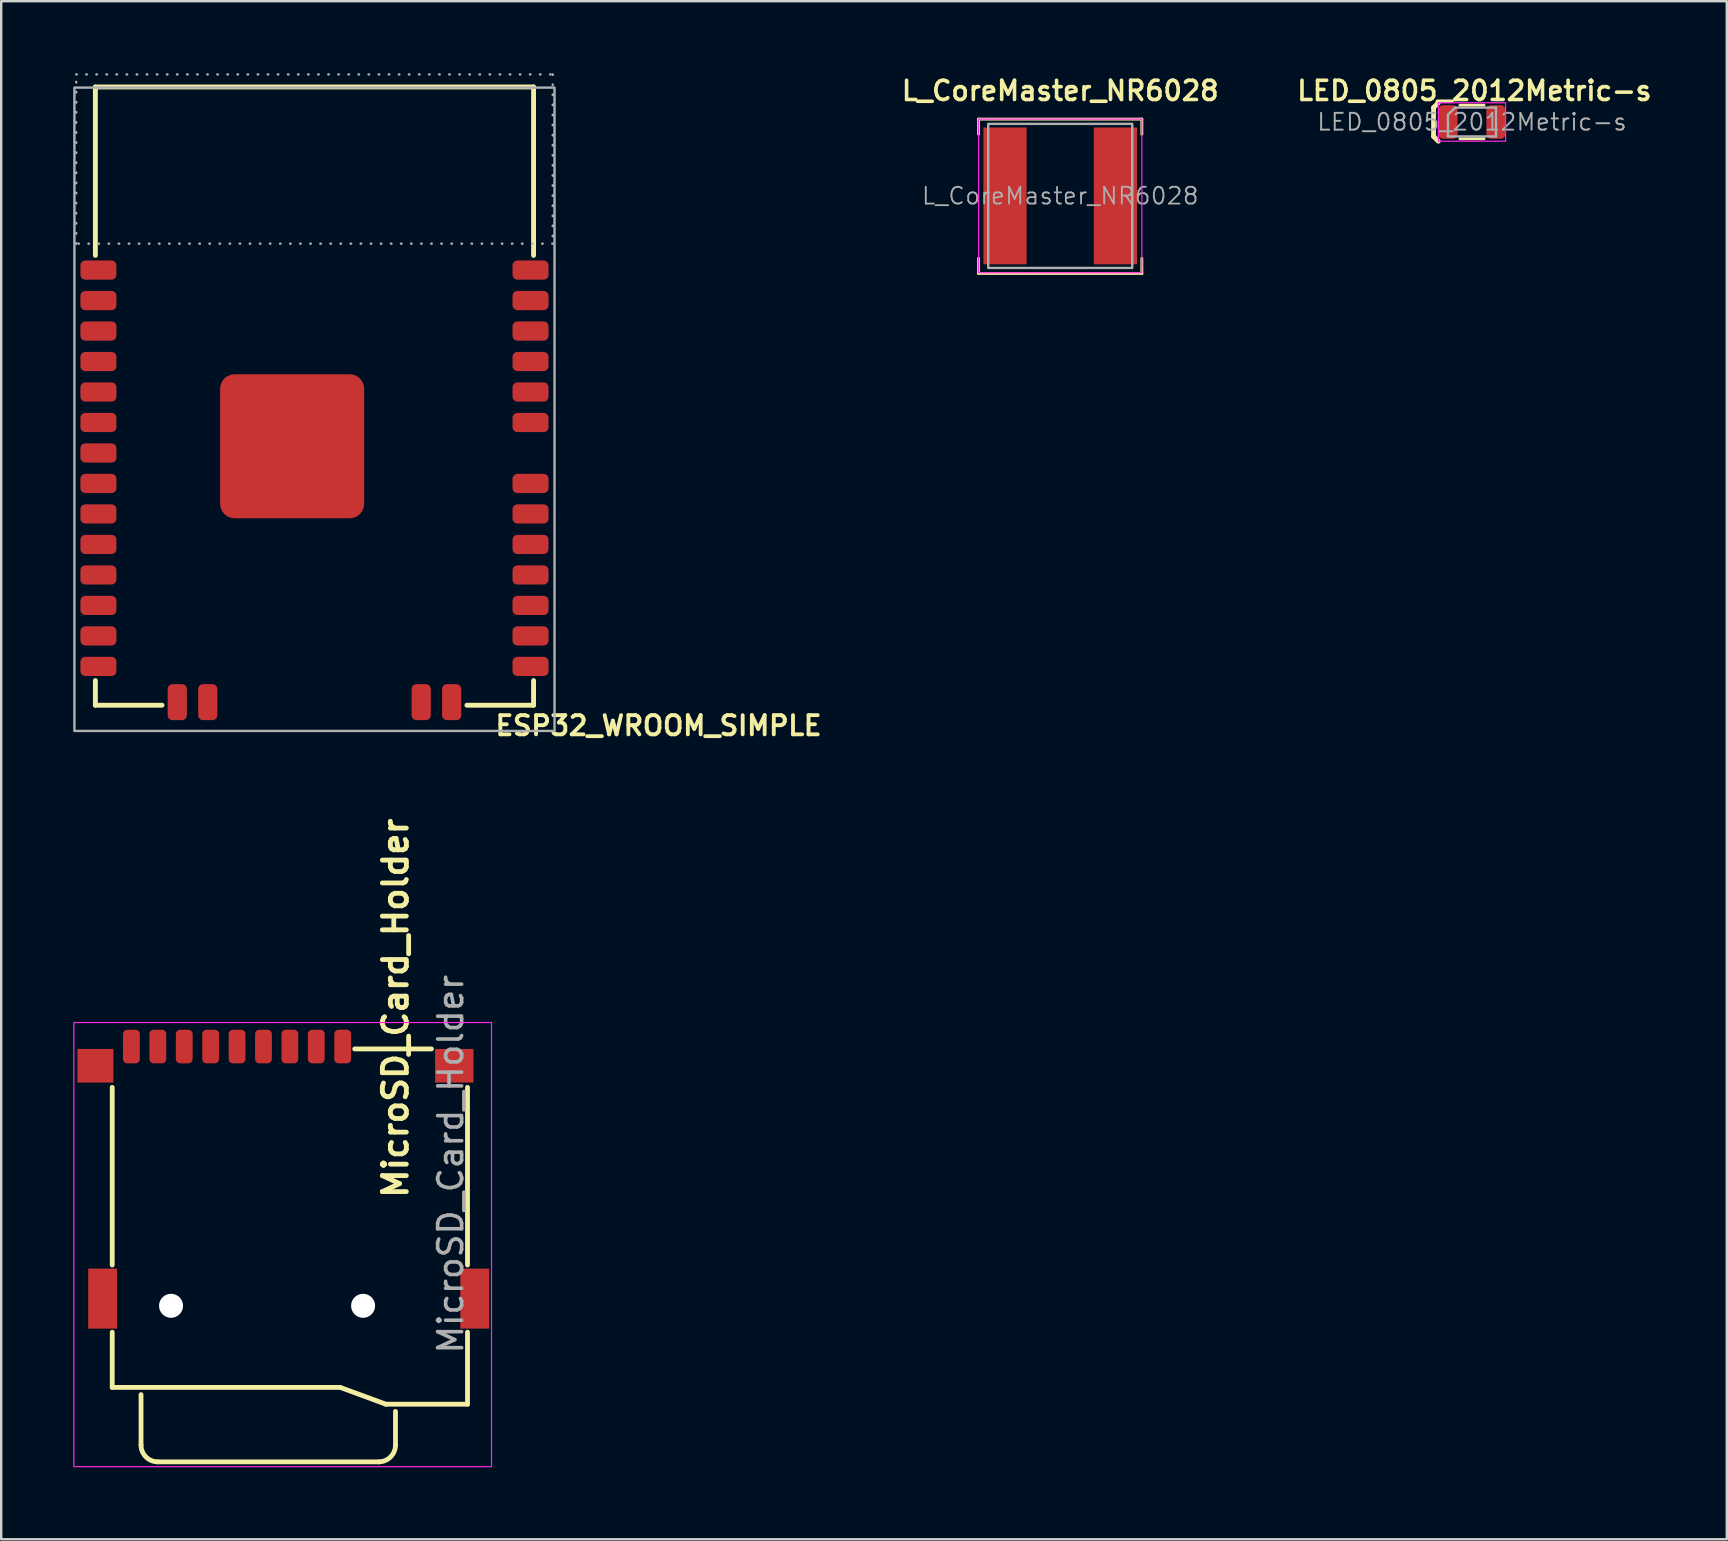
<source format=kicad_pcb>
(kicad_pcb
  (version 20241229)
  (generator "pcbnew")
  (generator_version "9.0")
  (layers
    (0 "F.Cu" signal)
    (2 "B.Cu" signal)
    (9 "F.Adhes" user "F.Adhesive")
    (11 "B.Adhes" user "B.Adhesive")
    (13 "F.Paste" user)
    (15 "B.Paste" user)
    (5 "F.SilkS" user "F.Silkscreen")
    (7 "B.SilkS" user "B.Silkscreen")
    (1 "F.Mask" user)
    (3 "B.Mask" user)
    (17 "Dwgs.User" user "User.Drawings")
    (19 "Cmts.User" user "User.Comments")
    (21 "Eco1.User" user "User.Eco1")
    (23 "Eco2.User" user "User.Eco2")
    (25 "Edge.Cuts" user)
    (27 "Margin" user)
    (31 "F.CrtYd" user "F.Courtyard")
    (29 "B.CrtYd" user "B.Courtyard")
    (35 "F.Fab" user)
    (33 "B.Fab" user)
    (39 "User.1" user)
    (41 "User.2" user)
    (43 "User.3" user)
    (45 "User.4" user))
  (footprint "LED_0805_2012Metric-s"
    (layer "F.Cu")
    (at 58.268 2.031)
    (property "Reference" "LED_0805_2012Metric-s" (at 0.1 -1.3 0) (layer "F.SilkS") (effects (font (size 0.8 0.8) (thickness 0.15))))
    (attr smd)
    (fp_line (start -1.6 -0.6) (end -1.6 0.6) (stroke (width 0.2) (type solid)) (layer "F.SilkS"))
    (fp_line (start -1.6 -0.6) (end -1.4 -0.8) (stroke (width 0.2) (type solid)) (layer "F.SilkS"))
    (fp_line (start -1.4 0.8) (end -1.6 0.6) (stroke (width 0.2) (type solid)) (layer "F.SilkS"))
    (fp_line (start -0.5 0.7) (end 0.5 0.7) (stroke (width 0.12) (type solid)) (layer "F.SilkS"))
    (fp_line (start 0.5 -0.7) (end -0.5 -0.7) (stroke (width 0.12) (type solid)) (layer "F.SilkS"))
    (fp_line (start -1.4 -0.8) (end 1.4 -0.8) (stroke (width 0.05) (type solid)) (layer "F.CrtYd"))
    (fp_line (start -1.4 0.8) (end -1.4 -0.8) (stroke (width 0.05) (type solid)) (layer "F.CrtYd"))
    (fp_line (start 1.4 -0.8) (end 1.4 0.8) (stroke (width 0.05) (type solid)) (layer "F.CrtYd"))
    (fp_line (start 1.4 0.8) (end -1.4 0.8) (stroke (width 0.05) (type solid)) (layer "F.CrtYd"))
    (fp_line (start -1 -0.3) (end -1 0.6) (stroke (width 0.1) (type solid)) (layer "F.Fab"))
    (fp_line (start -1 0.6) (end 1 0.6) (stroke (width 0.1) (type solid)) (layer "F.Fab"))
    (fp_line (start -0.7 -0.6) (end -1 -0.3) (stroke (width 0.1) (type solid)) (layer "F.Fab"))
    (fp_line (start 1 -0.6) (end -0.7 -0.6) (stroke (width 0.1) (type solid)) (layer "F.Fab"))
    (fp_line (start 1 0.6) (end 1 -0.6) (stroke (width 0.1) (type solid)) (layer "F.Fab"))
    (fp_text user "${REFERENCE}" (at 0 0 0) (layer "F.Fab") (effects (font (size 0.7 0.7) (thickness 0.08))))
    (pad "1" smd roundrect (at -1 0) (size 0.8 1.4) (layers "F.Cu" "F.Mask" "F.Paste") (roundrect_rratio 0.25))
    (pad "2" smd roundrect (at 1 0) (size 0.8 1.4) (layers "F.Cu" "F.Mask" "F.Paste") (roundrect_rratio 0.25)))
  (footprint "L_CoreMaster_NR6028"
    (layer "F.Cu")
    (at 41.116 5.111)
    (property "Reference" "L_CoreMaster_NR6028" (at 0 -4.38 0) (layer "F.SilkS") (effects (font (size 0.8 0.8) (thickness 0.15))))
    (attr smd)
    (fp_line (start -3.4 -3.2) (end -3.4 -2.57) (stroke (width 0.12) (type solid)) (layer "F.SilkS"))
    (fp_line (start -3.4 -3.2) (end 3.4 -3.2) (stroke (width 0.12) (type solid)) (layer "F.SilkS"))
    (fp_line (start -3.4 3.23) (end -3.4 2.6) (stroke (width 0.12) (type solid)) (layer "F.SilkS"))
    (fp_line (start 3.4 -3.2) (end 3.4 -2.57) (stroke (width 0.12) (type solid)) (layer "F.SilkS"))
    (fp_line (start 3.4 3.23) (end -3.4 3.23) (stroke (width 0.12) (type solid)) (layer "F.SilkS"))
    (fp_line (start 3.4 3.23) (end 3.4 2.6) (stroke (width 0.12) (type solid)) (layer "F.SilkS"))
    (fp_rect (start -3.4 -3.2) (end 3.4 3.2) (stroke (width 0.05) (type default)) (fill no) (layer "F.CrtYd"))
    (fp_rect (start -3 -3) (end 3 3) (stroke (width 0.1) (type default)) (fill no) (layer "F.Fab"))
    (fp_text user "${REFERENCE}" (at 0 0 0) (layer "F.Fab") (effects (font (size 0.7 0.7) (thickness 0.075))))
    (pad "1" smd rect (at -2.3 0) (size 1.8 5.7) (layers "F.Cu" "F.Mask" "F.Paste"))
    (pad "2" smd rect (at 2.3 0) (size 1.8 5.7) (layers "F.Cu" "F.Mask" "F.Paste")))
  (footprint "MicroSD_Card_Holder"
    (layer "F.Cu")
    (at 11.225 40.546)
    (property "Reference" "MicroSD_Card_Holder" (at 2.2 -1.6 90) (unlocked yes) (layer "F.SilkS") (effects (font (size 1 1) (thickness 0.2) (bold yes))))
    (attr smd)
    (fp_line (start -9.6 1.7) (end -9.6 9.1) (stroke (width 0.2) (type solid)) (layer "F.SilkS"))
    (fp_line (start -9.6 14.2) (end -9.6 11.9) (stroke (width 0.2) (type default)) (layer "F.SilkS"))
    (fp_line (start -9.6 14.2) (end -0.101 14.2) (stroke (width 0.2) (type solid)) (layer "F.SilkS"))
    (fp_line (start -8.4 14.5) (end -8.4 16.6) (stroke (width 0.2) (type solid)) (layer "F.SilkS"))
    (fp_line (start -7.7 17.3) (end 1.5 17.3) (stroke (width 0.2) (type solid)) (layer "F.SilkS"))
    (fp_line (start -0.101 14.2) (end 1.8 14.9) (stroke (width 0.2) (type solid)) (layer "F.SilkS"))
    (fp_line (start 0.5 0.1) (end 3.7 0.1) (stroke (width 0.2) (type solid)) (layer "F.SilkS"))
    (fp_line (start 1.8 14.9) (end 5.2 14.9) (stroke (width 0.2) (type solid)) (layer "F.SilkS"))
    (fp_line (start 2.2 15.2) (end 2.2 16.6) (stroke (width 0.2) (type solid)) (layer "F.SilkS"))
    (fp_line (start 5.2 1.7) (end 5.2 9.1) (stroke (width 0.2) (type solid)) (layer "F.SilkS"))
    (fp_line (start 5.2 11.9) (end 5.2 14.9) (stroke (width 0.2) (type solid)) (layer "F.SilkS"))
    (fp_arc (start -7.7 17.3) (mid -8.194975 17.094975) (end -8.4 16.6) (stroke (width 0.2) (type solid)) (layer "F.SilkS"))
    (fp_arc (start 2.2 16.6) (mid 1.994975 17.094975) (end 1.5 17.3) (stroke (width 0.2) (type solid)) (layer "F.SilkS"))
    (fp_rect (start -11.2 -1) (end 6.2 17.5) (stroke (width 0.05) (type default)) (fill no) (layer "F.CrtYd"))
    (fp_text user "${REFERENCE}" (at 4.5 4.9 90) (unlocked yes) (layer "F.Fab") (effects (font (size 1 1) (thickness 0.15))))
    (pad "" np_thru_hole oval (at -7.15 10.8) (size 1 1) (drill 1.2) (layers "*.Cu" "*.Mask"))
    (pad "" np_thru_hole circle (at 0.85 10.8) (size 1 1) (drill 1.2) (layers "*.Cu" "*.Mask"))
    (pad "1" smd roundrect (at 0 0) (size 0.7 1.4) (layers "F.Cu" "F.Mask" "F.Paste") (roundrect_rratio 0.25))
    (pad "2" smd roundrect (at -1.1 0) (size 0.7 1.4) (layers "F.Cu" "F.Mask" "F.Paste") (roundrect_rratio 0.25))
    (pad "3" smd roundrect (at -2.2 0) (size 0.7 1.4) (layers "F.Cu" "F.Mask" "F.Paste") (roundrect_rratio 0.25))
    (pad "4" smd roundrect (at -3.3 0) (size 0.7 1.4) (layers "F.Cu" "F.Mask" "F.Paste") (roundrect_rratio 0.25))
    (pad "5" smd roundrect (at -4.4 0) (size 0.7 1.4) (layers "F.Cu" "F.Mask" "F.Paste") (roundrect_rratio 0.25))
    (pad "6" smd roundrect (at -5.5 0) (size 0.7 1.4) (layers "F.Cu" "F.Mask" "F.Paste") (roundrect_rratio 0.25))
    (pad "7" smd roundrect (at -6.6 0) (size 0.7 1.4) (layers "F.Cu" "F.Mask" "F.Paste") (roundrect_rratio 0.25))
    (pad "8" smd roundrect (at -7.7 0) (size 0.7 1.4) (layers "F.Cu" "F.Mask" "F.Paste") (roundrect_rratio 0.25))
    (pad "9" smd roundrect (at -8.8 0) (size 0.7 1.4) (layers "F.Cu" "F.Mask" "F.Paste") (roundrect_rratio 0.25))
    (pad "SH1" smd rect (at 4.65 0.8) (size 1.6 1.4) (layers "F.Cu" "F.Mask" "F.Paste"))
    (pad "SH2" smd rect (at -10.3 0.8) (size 1.5 1.4) (layers "F.Cu" "F.Mask" "F.Paste"))
    (pad "SH3" smd rect (at -10 10.5) (size 1.2 2.5) (layers "F.Cu" "F.Mask" "F.Paste"))
    (pad "SH4" smd rect (at 5.5 10.5) (size 1.2 2.5) (layers "F.Cu" "F.Mask" "F.Paste")))
  (footprint "ESP32_WROOM_SIMPLE"
    (layer "F.Cu")
    (at 10.05 16.45)
    (property "Reference" "ESP32_WROOM_SIMPLE" (at 7.448 11.197 0) (unlocked yes) (layer "F.SilkS") (effects (font (size 0.8 0.8) (thickness 0.16) (bold yes)) (justify left bottom)))
    (attr smd)
    (fp_line (start -9.127 -15.877) (end 9.127 -15.877) (stroke (width 0.203) (type solid)) (layer "F.SilkS"))
    (fp_line (start -9.127 -8.861) (end -9.127 -15.877) (stroke (width 0.203) (type solid)) (layer "F.SilkS"))
    (fp_line (start -9.127 9.877) (end -9.127 8.85) (stroke (width 0.203) (type solid)) (layer "F.SilkS"))
    (fp_line (start -9.127 9.877) (end -6.35 9.877) (stroke (width 0.203) (type solid)) (layer "F.SilkS"))
    (fp_line (start 6.35 9.877) (end 9.127 9.877) (stroke (width 0.203) (type solid)) (layer "F.SilkS"))
    (fp_line (start 9.127 -8.861) (end 9.127 -15.877) (stroke (width 0.203) (type solid)) (layer "F.SilkS"))
    (fp_line (start 9.127 9.877) (end 9.127 8.85) (stroke (width 0.203) (type solid)) (layer "F.SilkS"))
    (fp_rect (start -10 -15.85) (end 10 10.95) (stroke (width 0.1) (type default)) (fill no) (layer "F.Fab"))
    (fp_rect (start -9.925 -16.4) (end 9.925 -9.35) (stroke (width 0.1) (type dot)) (fill no) (layer "F.Fab"))
    (pad "1" smd roundrect (at -9 -8.25 90) (size 0.8 1.5) (layers "F.Cu" "F.Mask" "F.Paste") (roundrect_rratio 0.25))
    (pad "2" smd roundrect (at -9 -6.98 90) (size 0.8 1.5) (layers "F.Cu" "F.Mask" "F.Paste") (roundrect_rratio 0.25))
    (pad "3" smd roundrect (at -9 -5.71 90) (size 0.8 1.5) (layers "F.Cu" "F.Mask" "F.Paste") (roundrect_rratio 0.25))
    (pad "4" smd roundrect (at -9 -4.44 90) (size 0.8 1.5) (layers "F.Cu" "F.Mask" "F.Paste") (roundrect_rratio 0.25))
    (pad "5" smd roundrect (at -9 -3.17 90) (size 0.8 1.5) (layers "F.Cu" "F.Mask" "F.Paste") (roundrect_rratio 0.25))
    (pad "6" smd roundrect (at -9 -1.9 90) (size 0.8 1.5) (layers "F.Cu" "F.Mask" "F.Paste") (roundrect_rratio 0.25))
    (pad "7" smd roundrect (at -9 -0.63 90) (size 0.8 1.5) (layers "F.Cu" "F.Mask" "F.Paste") (roundrect_rratio 0.25))
    (pad "8" smd roundrect (at -9 0.64 90) (size 0.8 1.5) (layers "F.Cu" "F.Mask" "F.Paste") (roundrect_rratio 0.25))
    (pad "9" smd roundrect (at -9 1.91 90) (size 0.8 1.5) (layers "F.Cu" "F.Mask" "F.Paste") (roundrect_rratio 0.25))
    (pad "10" smd roundrect (at -9 3.18 90) (size 0.8 1.5) (layers "F.Cu" "F.Mask" "F.Paste") (roundrect_rratio 0.25))
    (pad "11" smd roundrect (at -9 4.45 90) (size 0.8 1.5) (layers "F.Cu" "F.Mask" "F.Paste") (roundrect_rratio 0.25))
    (pad "12" smd roundrect (at -9 5.72 90) (size 0.8 1.5) (layers "F.Cu" "F.Mask" "F.Paste") (roundrect_rratio 0.25))
    (pad "13" smd roundrect (at -9 6.99 90) (size 0.8 1.5) (layers "F.Cu" "F.Mask" "F.Paste") (roundrect_rratio 0.25))
    (pad "14" smd roundrect (at -9 8.26 90) (size 0.8 1.5) (layers "F.Cu" "F.Mask" "F.Paste") (roundrect_rratio 0.25))
    (pad "15" smd roundrect (at -5.715 9.75 180) (size 0.8 1.5) (layers "F.Cu" "F.Mask" "F.Paste") (roundrect_rratio 0.25))
    (pad "16" smd roundrect (at -4.445 9.75 180) (size 0.8 1.5) (layers "F.Cu" "F.Mask" "F.Paste") (roundrect_rratio 0.25))
    (pad "23" smd roundrect (at 4.445 9.75 180) (size 0.8 1.5) (layers "F.Cu" "F.Mask" "F.Paste") (roundrect_rratio 0.25))
    (pad "24" smd roundrect (at 5.715 9.75 180) (size 0.8 1.5) (layers "F.Cu" "F.Mask" "F.Paste") (roundrect_rratio 0.25))
    (pad "25" smd roundrect (at 9 8.26 90) (size 0.8 1.5) (layers "F.Cu" "F.Mask" "F.Paste") (roundrect_rratio 0.25))
    (pad "26" smd roundrect (at 9 6.99 90) (size 0.8 1.5) (layers "F.Cu" "F.Mask" "F.Paste") (roundrect_rratio 0.25))
    (pad "27" smd roundrect (at 9 5.72 90) (size 0.8 1.5) (layers "F.Cu" "F.Mask" "F.Paste") (roundrect_rratio 0.25))
    (pad "28" smd roundrect (at 9 4.45 90) (size 0.8 1.5) (layers "F.Cu" "F.Mask" "F.Paste") (roundrect_rratio 0.25))
    (pad "29" smd roundrect (at 9 3.18 90) (size 0.8 1.5) (layers "F.Cu" "F.Mask" "F.Paste") (roundrect_rratio 0.25))
    (pad "30" smd roundrect (at 9 1.91 90) (size 0.8 1.5) (layers "F.Cu" "F.Mask" "F.Paste") (roundrect_rratio 0.25))
    (pad "31" smd roundrect (at 9 0.64 90) (size 0.8 1.5) (layers "F.Cu" "F.Mask" "F.Paste") (roundrect_rratio 0.25))
    (pad "33" smd roundrect (at 9 -1.9 90) (size 0.8 1.5) (layers "F.Cu" "F.Mask" "F.Paste") (roundrect_rratio 0.25))
    (pad "34" smd roundrect (at 9 -3.17 90) (size 0.8 1.5) (layers "F.Cu" "F.Mask" "F.Paste") (roundrect_rratio 0.25))
    (pad "35" smd roundrect (at 9 -4.44 90) (size 0.8 1.5) (layers "F.Cu" "F.Mask" "F.Paste") (roundrect_rratio 0.25))
    (pad "36" smd roundrect (at 9 -5.71 90) (size 0.8 1.5) (layers "F.Cu" "F.Mask" "F.Paste") (roundrect_rratio 0.25))
    (pad "37" smd roundrect (at 9 -6.98 90) (size 0.8 1.5) (layers "F.Cu" "F.Mask" "F.Paste") (roundrect_rratio 0.25))
    (pad "38" smd roundrect (at 9 -8.25 90) (size 0.8 1.5) (layers "F.Cu" "F.Mask" "F.Paste") (roundrect_rratio 0.25))
    (pad "39" smd roundrect (at -0.93 -0.91 90) (size 6 6) (layers "F.Cu" "F.Mask" "F.Paste") (roundrect_rratio 0.1)))
  (gr_rect
    (start -3 -3)
    (end 68.884 61.071)
    (stroke (width 0.1) (type default))
    (fill no)
    (layer "Edge.Cuts")))
</source>
